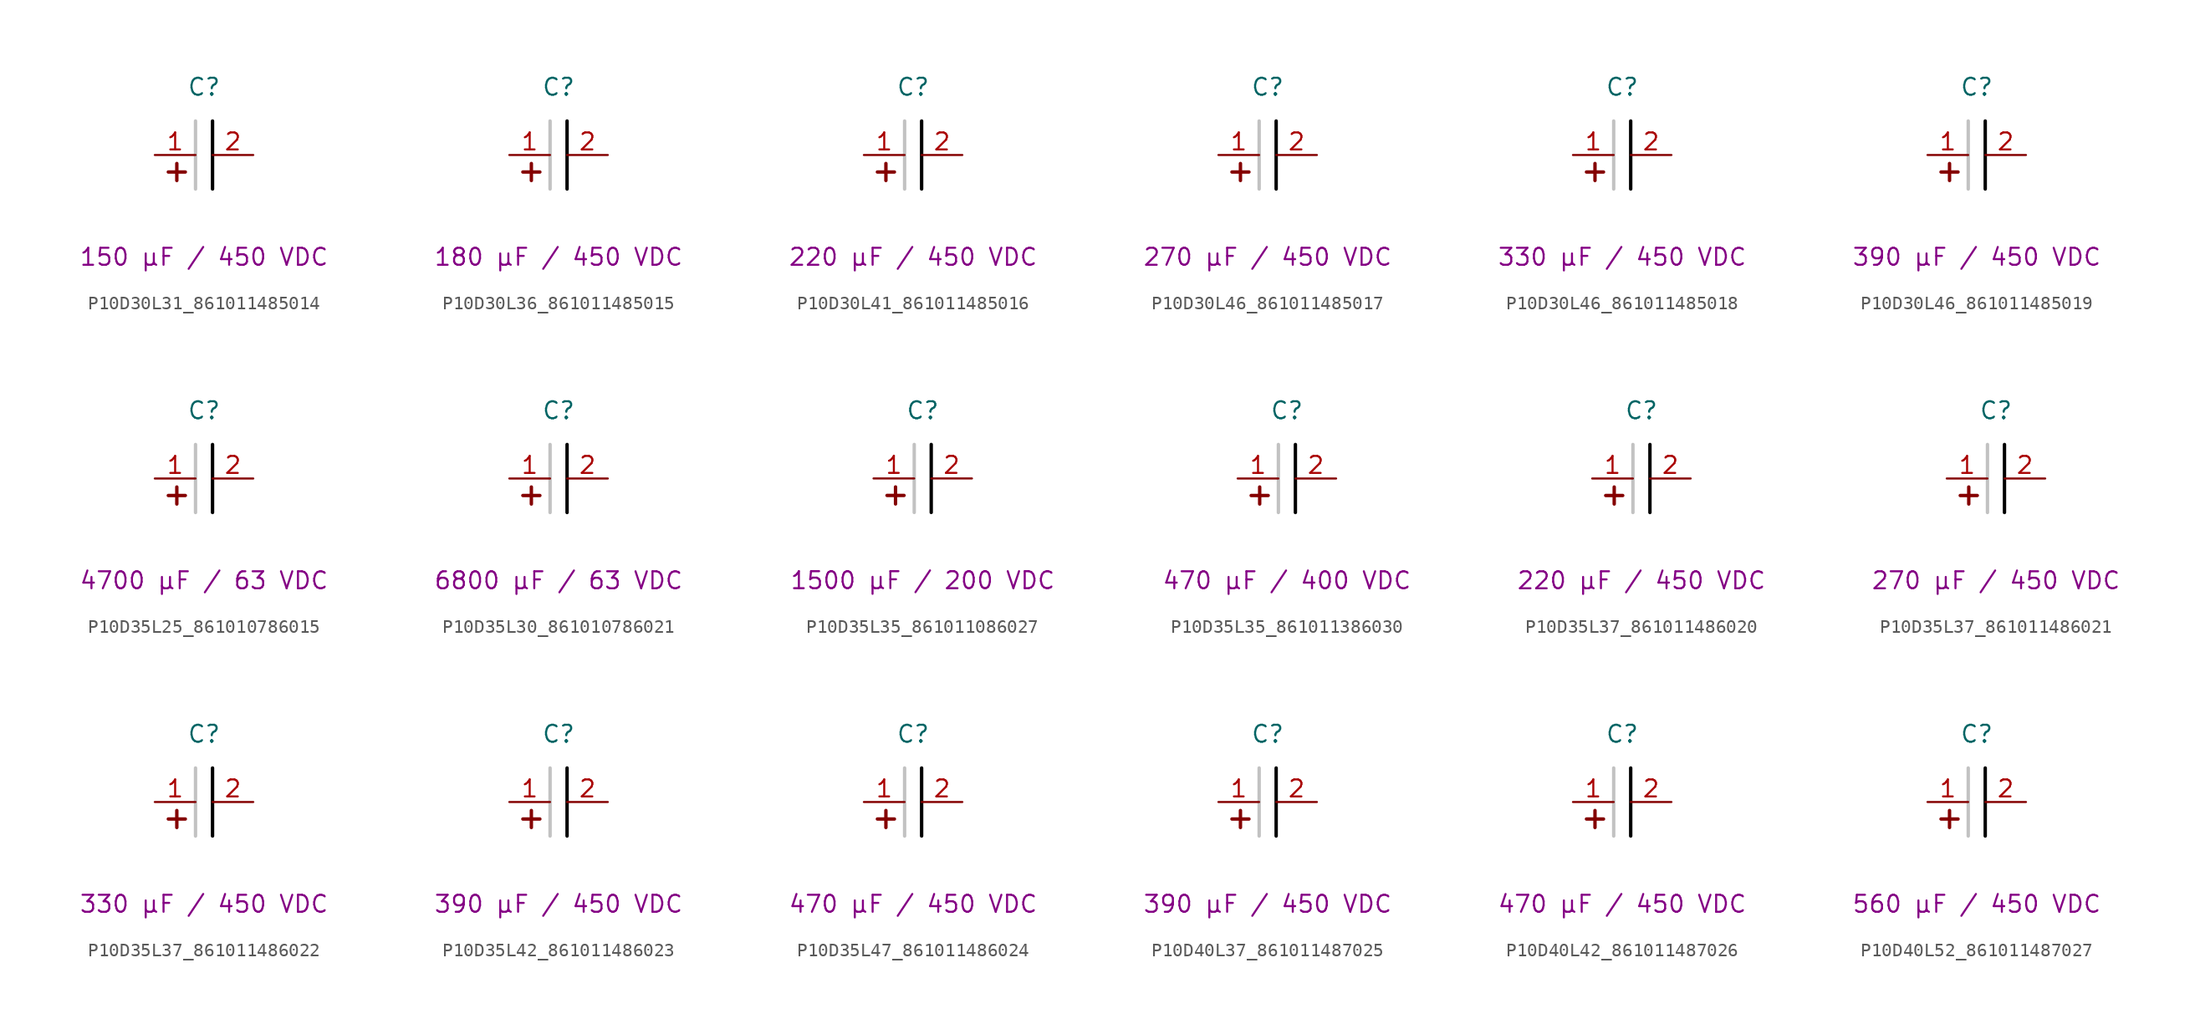
<source format=kicad_sym>
(kicad_symbol_lib
  (version 20220914)
  (generator kicad_symbol_editor)
  (symbol "P10D30L31_861011485014"
    (pin_names hide)
    (property "Reference" "C"
      (at 0 5.08 0)
      (effects (font (size 1.27 1.27))))
    (property "Critical Parameter" "150 µF / 450 VDC"
      (at 0 -7.62 0)
      (effects (font (size 1.27 1.27))))
    (symbol "P10D30L31_861011485014_1_1"
      (polyline (pts (xy -2.667 -1.27) (xy -1.397 -1.27)) (stroke (width 0.254) (type default)) (fill (type none)))
      (polyline (pts (xy -2.032 -0.635) (xy -2.032 -1.905)) (stroke (width 0.254) (type default)) (fill (type none)))
      (polyline (pts (xy -0.635 2.54) (xy -0.635 -2.54)) (stroke (width 0.254) (type default) (color 194 194 194 1)) (fill (type none)))
      (polyline (pts (xy 0.635 2.54) (xy 0.635 -2.54)) (stroke (width 0.254) (type default) (color 0 0 0 1)) (fill (type none)))
      (pin passive line (at -3.679 0 0) (length 3.044) (name "1" (effects (font (size 1.27 1.27)))) (number "1" (effects (font (size 1.27 1.27)))))
      (pin passive line (at 3.679 0 180) (length 3.044) (name "2" (effects (font (size 1.27 1.27)))) (number "2" (effects (font (size 1.27 1.27)))))))
  (symbol "P10D30L36_861011485015"
    (pin_names hide)
    (property "Reference" "C"
      (at 0 5.08 0)
      (effects (font (size 1.27 1.27))))
    (property "Critical Parameter" "180 µF / 450 VDC"
      (at 0 -7.62 0)
      (effects (font (size 1.27 1.27))))
    (symbol "P10D30L36_861011485015_1_1"
      (polyline (pts (xy -2.667 -1.27) (xy -1.397 -1.27)) (stroke (width 0.254) (type default)) (fill (type none)))
      (polyline (pts (xy -2.032 -0.635) (xy -2.032 -1.905)) (stroke (width 0.254) (type default)) (fill (type none)))
      (polyline (pts (xy -0.635 2.54) (xy -0.635 -2.54)) (stroke (width 0.254) (type default) (color 194 194 194 1)) (fill (type none)))
      (polyline (pts (xy 0.635 2.54) (xy 0.635 -2.54)) (stroke (width 0.254) (type default) (color 0 0 0 1)) (fill (type none)))
      (pin passive line (at -3.679 0 0) (length 3.044) (name "1" (effects (font (size 1.27 1.27)))) (number "1" (effects (font (size 1.27 1.27)))))
      (pin passive line (at 3.679 0 180) (length 3.044) (name "2" (effects (font (size 1.27 1.27)))) (number "2" (effects (font (size 1.27 1.27)))))))
  (symbol "P10D30L41_861011485016"
    (pin_names hide)
    (property "Reference" "C"
      (at 0 5.08 0)
      (effects (font (size 1.27 1.27))))
    (property "Critical Parameter" "220 µF / 450 VDC"
      (at 0 -7.62 0)
      (effects (font (size 1.27 1.27))))
    (symbol "P10D30L41_861011485016_1_1"
      (polyline (pts (xy -2.667 -1.27) (xy -1.397 -1.27)) (stroke (width 0.254) (type default)) (fill (type none)))
      (polyline (pts (xy -2.032 -0.635) (xy -2.032 -1.905)) (stroke (width 0.254) (type default)) (fill (type none)))
      (polyline (pts (xy -0.635 2.54) (xy -0.635 -2.54)) (stroke (width 0.254) (type default) (color 194 194 194 1)) (fill (type none)))
      (polyline (pts (xy 0.635 2.54) (xy 0.635 -2.54)) (stroke (width 0.254) (type default) (color 0 0 0 1)) (fill (type none)))
      (pin passive line (at -3.679 0 0) (length 3.044) (name "1" (effects (font (size 1.27 1.27)))) (number "1" (effects (font (size 1.27 1.27)))))
      (pin passive line (at 3.679 0 180) (length 3.044) (name "2" (effects (font (size 1.27 1.27)))) (number "2" (effects (font (size 1.27 1.27)))))))
  (symbol "P10D30L46_861011485017"
    (pin_names hide)
    (property "Reference" "C"
      (at 0 5.08 0)
      (effects (font (size 1.27 1.27))))
    (property "Critical Parameter" "270 µF / 450 VDC"
      (at 0 -7.62 0)
      (effects (font (size 1.27 1.27))))
    (symbol "P10D30L46_861011485017_1_1"
      (polyline (pts (xy -2.667 -1.27) (xy -1.397 -1.27)) (stroke (width 0.254) (type default)) (fill (type none)))
      (polyline (pts (xy -2.032 -0.635) (xy -2.032 -1.905)) (stroke (width 0.254) (type default)) (fill (type none)))
      (polyline (pts (xy -0.635 2.54) (xy -0.635 -2.54)) (stroke (width 0.254) (type default) (color 194 194 194 1)) (fill (type none)))
      (polyline (pts (xy 0.635 2.54) (xy 0.635 -2.54)) (stroke (width 0.254) (type default) (color 0 0 0 1)) (fill (type none)))
      (pin passive line (at -3.679 0 0) (length 3.044) (name "1" (effects (font (size 1.27 1.27)))) (number "1" (effects (font (size 1.27 1.27)))))
      (pin passive line (at 3.679 0 180) (length 3.044) (name "2" (effects (font (size 1.27 1.27)))) (number "2" (effects (font (size 1.27 1.27)))))))
  (symbol "P10D30L46_861011485018"
    (pin_names hide)
    (property "Reference" "C"
      (at 0 5.08 0)
      (effects (font (size 1.27 1.27))))
    (property "Critical Parameter" "330 µF / 450 VDC"
      (at 0 -7.62 0)
      (effects (font (size 1.27 1.27))))
    (symbol "P10D30L46_861011485018_1_1"
      (polyline (pts (xy -2.667 -1.27) (xy -1.397 -1.27)) (stroke (width 0.254) (type default)) (fill (type none)))
      (polyline (pts (xy -2.032 -0.635) (xy -2.032 -1.905)) (stroke (width 0.254) (type default)) (fill (type none)))
      (polyline (pts (xy -0.635 2.54) (xy -0.635 -2.54)) (stroke (width 0.254) (type default) (color 194 194 194 1)) (fill (type none)))
      (polyline (pts (xy 0.635 2.54) (xy 0.635 -2.54)) (stroke (width 0.254) (type default) (color 0 0 0 1)) (fill (type none)))
      (pin passive line (at -3.679 0 0) (length 3.044) (name "1" (effects (font (size 1.27 1.27)))) (number "1" (effects (font (size 1.27 1.27)))))
      (pin passive line (at 3.679 0 180) (length 3.044) (name "2" (effects (font (size 1.27 1.27)))) (number "2" (effects (font (size 1.27 1.27)))))))
  (symbol "P10D30L46_861011485019"
    (pin_names hide)
    (property "Reference" "C"
      (at 0 5.08 0)
      (effects (font (size 1.27 1.27))))
    (property "Critical Parameter" "390 µF / 450 VDC"
      (at 0 -7.62 0)
      (effects (font (size 1.27 1.27))))
    (symbol "P10D30L46_861011485019_1_1"
      (polyline (pts (xy -2.667 -1.27) (xy -1.397 -1.27)) (stroke (width 0.254) (type default)) (fill (type none)))
      (polyline (pts (xy -2.032 -0.635) (xy -2.032 -1.905)) (stroke (width 0.254) (type default)) (fill (type none)))
      (polyline (pts (xy -0.635 2.54) (xy -0.635 -2.54)) (stroke (width 0.254) (type default) (color 194 194 194 1)) (fill (type none)))
      (polyline (pts (xy 0.635 2.54) (xy 0.635 -2.54)) (stroke (width 0.254) (type default) (color 0 0 0 1)) (fill (type none)))
      (pin passive line (at -3.679 0 0) (length 3.044) (name "1" (effects (font (size 1.27 1.27)))) (number "1" (effects (font (size 1.27 1.27)))))
      (pin passive line (at 3.679 0 180) (length 3.044) (name "2" (effects (font (size 1.27 1.27)))) (number "2" (effects (font (size 1.27 1.27)))))))
  (symbol "P10D35L25_861010786015"
    (pin_names hide)
    (property "Reference" "C"
      (at 0 5.08 0)
      (effects (font (size 1.27 1.27))))
    (property "Critical Parameter" "4700 µF / 63 VDC"
      (at 0 -7.62 0)
      (effects (font (size 1.27 1.27))))
    (symbol "P10D35L25_861010786015_1_1"
      (polyline (pts (xy -2.667 -1.27) (xy -1.397 -1.27)) (stroke (width 0.254) (type default)) (fill (type none)))
      (polyline (pts (xy -2.032 -0.635) (xy -2.032 -1.905)) (stroke (width 0.254) (type default)) (fill (type none)))
      (polyline (pts (xy -0.635 2.54) (xy -0.635 -2.54)) (stroke (width 0.254) (type default) (color 194 194 194 1)) (fill (type none)))
      (polyline (pts (xy 0.635 2.54) (xy 0.635 -2.54)) (stroke (width 0.254) (type default) (color 0 0 0 1)) (fill (type none)))
      (pin passive line (at -3.679 0 0) (length 3.044) (name "1" (effects (font (size 1.27 1.27)))) (number "1" (effects (font (size 1.27 1.27)))))
      (pin passive line (at 3.679 0 180) (length 3.044) (name "2" (effects (font (size 1.27 1.27)))) (number "2" (effects (font (size 1.27 1.27)))))))
  (symbol "P10D35L30_861010786021"
    (pin_names hide)
    (property "Reference" "C"
      (at 0 5.08 0)
      (effects (font (size 1.27 1.27))))
    (property "Critical Parameter" "6800 µF / 63 VDC"
      (at 0 -7.62 0)
      (effects (font (size 1.27 1.27))))
    (symbol "P10D35L30_861010786021_1_1"
      (polyline (pts (xy -2.667 -1.27) (xy -1.397 -1.27)) (stroke (width 0.254) (type default)) (fill (type none)))
      (polyline (pts (xy -2.032 -0.635) (xy -2.032 -1.905)) (stroke (width 0.254) (type default)) (fill (type none)))
      (polyline (pts (xy -0.635 2.54) (xy -0.635 -2.54)) (stroke (width 0.254) (type default) (color 194 194 194 1)) (fill (type none)))
      (polyline (pts (xy 0.635 2.54) (xy 0.635 -2.54)) (stroke (width 0.254) (type default) (color 0 0 0 1)) (fill (type none)))
      (pin passive line (at -3.679 0 0) (length 3.044) (name "1" (effects (font (size 1.27 1.27)))) (number "1" (effects (font (size 1.27 1.27)))))
      (pin passive line (at 3.679 0 180) (length 3.044) (name "2" (effects (font (size 1.27 1.27)))) (number "2" (effects (font (size 1.27 1.27)))))))
  (symbol "P10D35L35_861011086027"
    (pin_names hide)
    (property "Reference" "C"
      (at 0 5.08 0)
      (effects (font (size 1.27 1.27))))
    (property "Critical Parameter" "1500 µF / 200 VDC"
      (at 0 -7.62 0)
      (effects (font (size 1.27 1.27))))
    (symbol "P10D35L35_861011086027_1_1"
      (polyline (pts (xy -2.667 -1.27) (xy -1.397 -1.27)) (stroke (width 0.254) (type default)) (fill (type none)))
      (polyline (pts (xy -2.032 -0.635) (xy -2.032 -1.905)) (stroke (width 0.254) (type default)) (fill (type none)))
      (polyline (pts (xy -0.635 2.54) (xy -0.635 -2.54)) (stroke (width 0.254) (type default) (color 194 194 194 1)) (fill (type none)))
      (polyline (pts (xy 0.635 2.54) (xy 0.635 -2.54)) (stroke (width 0.254) (type default) (color 0 0 0 1)) (fill (type none)))
      (pin passive line (at -3.679 0 0) (length 3.044) (name "1" (effects (font (size 1.27 1.27)))) (number "1" (effects (font (size 1.27 1.27)))))
      (pin passive line (at 3.679 0 180) (length 3.044) (name "2" (effects (font (size 1.27 1.27)))) (number "2" (effects (font (size 1.27 1.27)))))))
  (symbol "P10D35L35_861011386030"
    (pin_names hide)
    (property "Reference" "C"
      (at 0 5.08 0)
      (effects (font (size 1.27 1.27))))
    (property "Critical Parameter" "470 µF / 400 VDC"
      (at 0 -7.62 0)
      (effects (font (size 1.27 1.27))))
    (symbol "P10D35L35_861011386030_1_1"
      (polyline (pts (xy -2.667 -1.27) (xy -1.397 -1.27)) (stroke (width 0.254) (type default)) (fill (type none)))
      (polyline (pts (xy -2.032 -0.635) (xy -2.032 -1.905)) (stroke (width 0.254) (type default)) (fill (type none)))
      (polyline (pts (xy -0.635 2.54) (xy -0.635 -2.54)) (stroke (width 0.254) (type default) (color 194 194 194 1)) (fill (type none)))
      (polyline (pts (xy 0.635 2.54) (xy 0.635 -2.54)) (stroke (width 0.254) (type default) (color 0 0 0 1)) (fill (type none)))
      (pin passive line (at -3.679 0 0) (length 3.044) (name "1" (effects (font (size 1.27 1.27)))) (number "1" (effects (font (size 1.27 1.27)))))
      (pin passive line (at 3.679 0 180) (length 3.044) (name "2" (effects (font (size 1.27 1.27)))) (number "2" (effects (font (size 1.27 1.27)))))))
  (symbol "P10D35L37_861011486020"
    (pin_names hide)
    (property "Reference" "C"
      (at 0 5.08 0)
      (effects (font (size 1.27 1.27))))
    (property "Critical Parameter" "220 µF / 450 VDC"
      (at 0 -7.62 0)
      (effects (font (size 1.27 1.27))))
    (symbol "P10D35L37_861011486020_1_1"
      (polyline (pts (xy -2.667 -1.27) (xy -1.397 -1.27)) (stroke (width 0.254) (type default)) (fill (type none)))
      (polyline (pts (xy -2.032 -0.635) (xy -2.032 -1.905)) (stroke (width 0.254) (type default)) (fill (type none)))
      (polyline (pts (xy -0.635 2.54) (xy -0.635 -2.54)) (stroke (width 0.254) (type default) (color 194 194 194 1)) (fill (type none)))
      (polyline (pts (xy 0.635 2.54) (xy 0.635 -2.54)) (stroke (width 0.254) (type default) (color 0 0 0 1)) (fill (type none)))
      (pin passive line (at -3.679 0 0) (length 3.044) (name "1" (effects (font (size 1.27 1.27)))) (number "1" (effects (font (size 1.27 1.27)))))
      (pin passive line (at 3.679 0 180) (length 3.044) (name "2" (effects (font (size 1.27 1.27)))) (number "2" (effects (font (size 1.27 1.27)))))))
  (symbol "P10D35L37_861011486021"
    (pin_names hide)
    (property "Reference" "C"
      (at 0 5.08 0)
      (effects (font (size 1.27 1.27))))
    (property "Critical Parameter" "270 µF / 450 VDC"
      (at 0 -7.62 0)
      (effects (font (size 1.27 1.27))))
    (symbol "P10D35L37_861011486021_1_1"
      (polyline (pts (xy -2.667 -1.27) (xy -1.397 -1.27)) (stroke (width 0.254) (type default)) (fill (type none)))
      (polyline (pts (xy -2.032 -0.635) (xy -2.032 -1.905)) (stroke (width 0.254) (type default)) (fill (type none)))
      (polyline (pts (xy -0.635 2.54) (xy -0.635 -2.54)) (stroke (width 0.254) (type default) (color 194 194 194 1)) (fill (type none)))
      (polyline (pts (xy 0.635 2.54) (xy 0.635 -2.54)) (stroke (width 0.254) (type default) (color 0 0 0 1)) (fill (type none)))
      (pin passive line (at -3.679 0 0) (length 3.044) (name "1" (effects (font (size 1.27 1.27)))) (number "1" (effects (font (size 1.27 1.27)))))
      (pin passive line (at 3.679 0 180) (length 3.044) (name "2" (effects (font (size 1.27 1.27)))) (number "2" (effects (font (size 1.27 1.27)))))))
  (symbol "P10D35L37_861011486022"
    (pin_names hide)
    (property "Reference" "C"
      (at 0 5.08 0)
      (effects (font (size 1.27 1.27))))
    (property "Critical Parameter" "330 µF / 450 VDC"
      (at 0 -7.62 0)
      (effects (font (size 1.27 1.27))))
    (symbol "P10D35L37_861011486022_1_1"
      (polyline (pts (xy -2.667 -1.27) (xy -1.397 -1.27)) (stroke (width 0.254) (type default)) (fill (type none)))
      (polyline (pts (xy -2.032 -0.635) (xy -2.032 -1.905)) (stroke (width 0.254) (type default)) (fill (type none)))
      (polyline (pts (xy -0.635 2.54) (xy -0.635 -2.54)) (stroke (width 0.254) (type default) (color 194 194 194 1)) (fill (type none)))
      (polyline (pts (xy 0.635 2.54) (xy 0.635 -2.54)) (stroke (width 0.254) (type default) (color 0 0 0 1)) (fill (type none)))
      (pin passive line (at -3.679 0 0) (length 3.044) (name "1" (effects (font (size 1.27 1.27)))) (number "1" (effects (font (size 1.27 1.27)))))
      (pin passive line (at 3.679 0 180) (length 3.044) (name "2" (effects (font (size 1.27 1.27)))) (number "2" (effects (font (size 1.27 1.27)))))))
  (symbol "P10D35L42_861011486023"
    (pin_names hide)
    (property "Reference" "C"
      (at 0 5.08 0)
      (effects (font (size 1.27 1.27))))
    (property "Critical Parameter" "390 µF / 450 VDC"
      (at 0 -7.62 0)
      (effects (font (size 1.27 1.27))))
    (symbol "P10D35L42_861011486023_1_1"
      (polyline (pts (xy -2.667 -1.27) (xy -1.397 -1.27)) (stroke (width 0.254) (type default)) (fill (type none)))
      (polyline (pts (xy -2.032 -0.635) (xy -2.032 -1.905)) (stroke (width 0.254) (type default)) (fill (type none)))
      (polyline (pts (xy -0.635 2.54) (xy -0.635 -2.54)) (stroke (width 0.254) (type default) (color 194 194 194 1)) (fill (type none)))
      (polyline (pts (xy 0.635 2.54) (xy 0.635 -2.54)) (stroke (width 0.254) (type default) (color 0 0 0 1)) (fill (type none)))
      (pin passive line (at -3.679 0 0) (length 3.044) (name "1" (effects (font (size 1.27 1.27)))) (number "1" (effects (font (size 1.27 1.27)))))
      (pin passive line (at 3.679 0 180) (length 3.044) (name "2" (effects (font (size 1.27 1.27)))) (number "2" (effects (font (size 1.27 1.27)))))))
  (symbol "P10D35L47_861011486024"
    (pin_names hide)
    (property "Reference" "C"
      (at 0 5.08 0)
      (effects (font (size 1.27 1.27))))
    (property "Critical Parameter" "470 µF / 450 VDC"
      (at 0 -7.62 0)
      (effects (font (size 1.27 1.27))))
    (symbol "P10D35L47_861011486024_1_1"
      (polyline (pts (xy -2.667 -1.27) (xy -1.397 -1.27)) (stroke (width 0.254) (type default)) (fill (type none)))
      (polyline (pts (xy -2.032 -0.635) (xy -2.032 -1.905)) (stroke (width 0.254) (type default)) (fill (type none)))
      (polyline (pts (xy -0.635 2.54) (xy -0.635 -2.54)) (stroke (width 0.254) (type default) (color 194 194 194 1)) (fill (type none)))
      (polyline (pts (xy 0.635 2.54) (xy 0.635 -2.54)) (stroke (width 0.254) (type default) (color 0 0 0 1)) (fill (type none)))
      (pin passive line (at -3.679 0 0) (length 3.044) (name "1" (effects (font (size 1.27 1.27)))) (number "1" (effects (font (size 1.27 1.27)))))
      (pin passive line (at 3.679 0 180) (length 3.044) (name "2" (effects (font (size 1.27 1.27)))) (number "2" (effects (font (size 1.27 1.27)))))))
  (symbol "P10D40L37_861011487025"
    (pin_names hide)
    (property "Reference" "C"
      (at 0 5.08 0)
      (effects (font (size 1.27 1.27))))
    (property "Critical Parameter" "390 µF / 450 VDC"
      (at 0 -7.62 0)
      (effects (font (size 1.27 1.27))))
    (symbol "P10D40L37_861011487025_1_1"
      (polyline (pts (xy -2.667 -1.27) (xy -1.397 -1.27)) (stroke (width 0.254) (type default)) (fill (type none)))
      (polyline (pts (xy -2.032 -0.635) (xy -2.032 -1.905)) (stroke (width 0.254) (type default)) (fill (type none)))
      (polyline (pts (xy -0.635 2.54) (xy -0.635 -2.54)) (stroke (width 0.254) (type default) (color 194 194 194 1)) (fill (type none)))
      (polyline (pts (xy 0.635 2.54) (xy 0.635 -2.54)) (stroke (width 0.254) (type default) (color 0 0 0 1)) (fill (type none)))
      (pin passive line (at -3.679 0 0) (length 3.044) (name "1" (effects (font (size 1.27 1.27)))) (number "1" (effects (font (size 1.27 1.27)))))
      (pin passive line (at 3.679 0 180) (length 3.044) (name "2" (effects (font (size 1.27 1.27)))) (number "2" (effects (font (size 1.27 1.27)))))))
  (symbol "P10D40L42_861011487026"
    (pin_names hide)
    (property "Reference" "C"
      (at 0 5.08 0)
      (effects (font (size 1.27 1.27))))
    (property "Critical Parameter" "470 µF / 450 VDC"
      (at 0 -7.62 0)
      (effects (font (size 1.27 1.27))))
    (symbol "P10D40L42_861011487026_1_1"
      (polyline (pts (xy -2.667 -1.27) (xy -1.397 -1.27)) (stroke (width 0.254) (type default)) (fill (type none)))
      (polyline (pts (xy -2.032 -0.635) (xy -2.032 -1.905)) (stroke (width 0.254) (type default)) (fill (type none)))
      (polyline (pts (xy -0.635 2.54) (xy -0.635 -2.54)) (stroke (width 0.254) (type default) (color 194 194 194 1)) (fill (type none)))
      (polyline (pts (xy 0.635 2.54) (xy 0.635 -2.54)) (stroke (width 0.254) (type default) (color 0 0 0 1)) (fill (type none)))
      (pin passive line (at -3.679 0 0) (length 3.044) (name "1" (effects (font (size 1.27 1.27)))) (number "1" (effects (font (size 1.27 1.27)))))
      (pin passive line (at 3.679 0 180) (length 3.044) (name "2" (effects (font (size 1.27 1.27)))) (number "2" (effects (font (size 1.27 1.27)))))))
  (symbol "P10D40L52_861011487027"
    (pin_names hide)
    (property "Reference" "C"
      (at 0 5.08 0)
      (effects (font (size 1.27 1.27))))
    (property "Critical Parameter" "560 µF / 450 VDC"
      (at 0 -7.62 0)
      (effects (font (size 1.27 1.27))))
    (symbol "P10D40L52_861011487027_1_1"
      (polyline (pts (xy -2.667 -1.27) (xy -1.397 -1.27)) (stroke (width 0.254) (type default)) (fill (type none)))
      (polyline (pts (xy -2.032 -0.635) (xy -2.032 -1.905)) (stroke (width 0.254) (type default)) (fill (type none)))
      (polyline (pts (xy -0.635 2.54) (xy -0.635 -2.54)) (stroke (width 0.254) (type default) (color 194 194 194 1)) (fill (type none)))
      (polyline (pts (xy 0.635 2.54) (xy 0.635 -2.54)) (stroke (width 0.254) (type default) (color 0 0 0 1)) (fill (type none)))
      (pin passive line (at -3.679 0 0) (length 3.044) (name "1" (effects (font (size 1.27 1.27)))) (number "1" (effects (font (size 1.27 1.27)))))
      (pin passive line (at 3.679 0 180) (length 3.044) (name "2" (effects (font (size 1.27 1.27)))) (number "2" (effects (font (size 1.27 1.27))))))))
</source>
